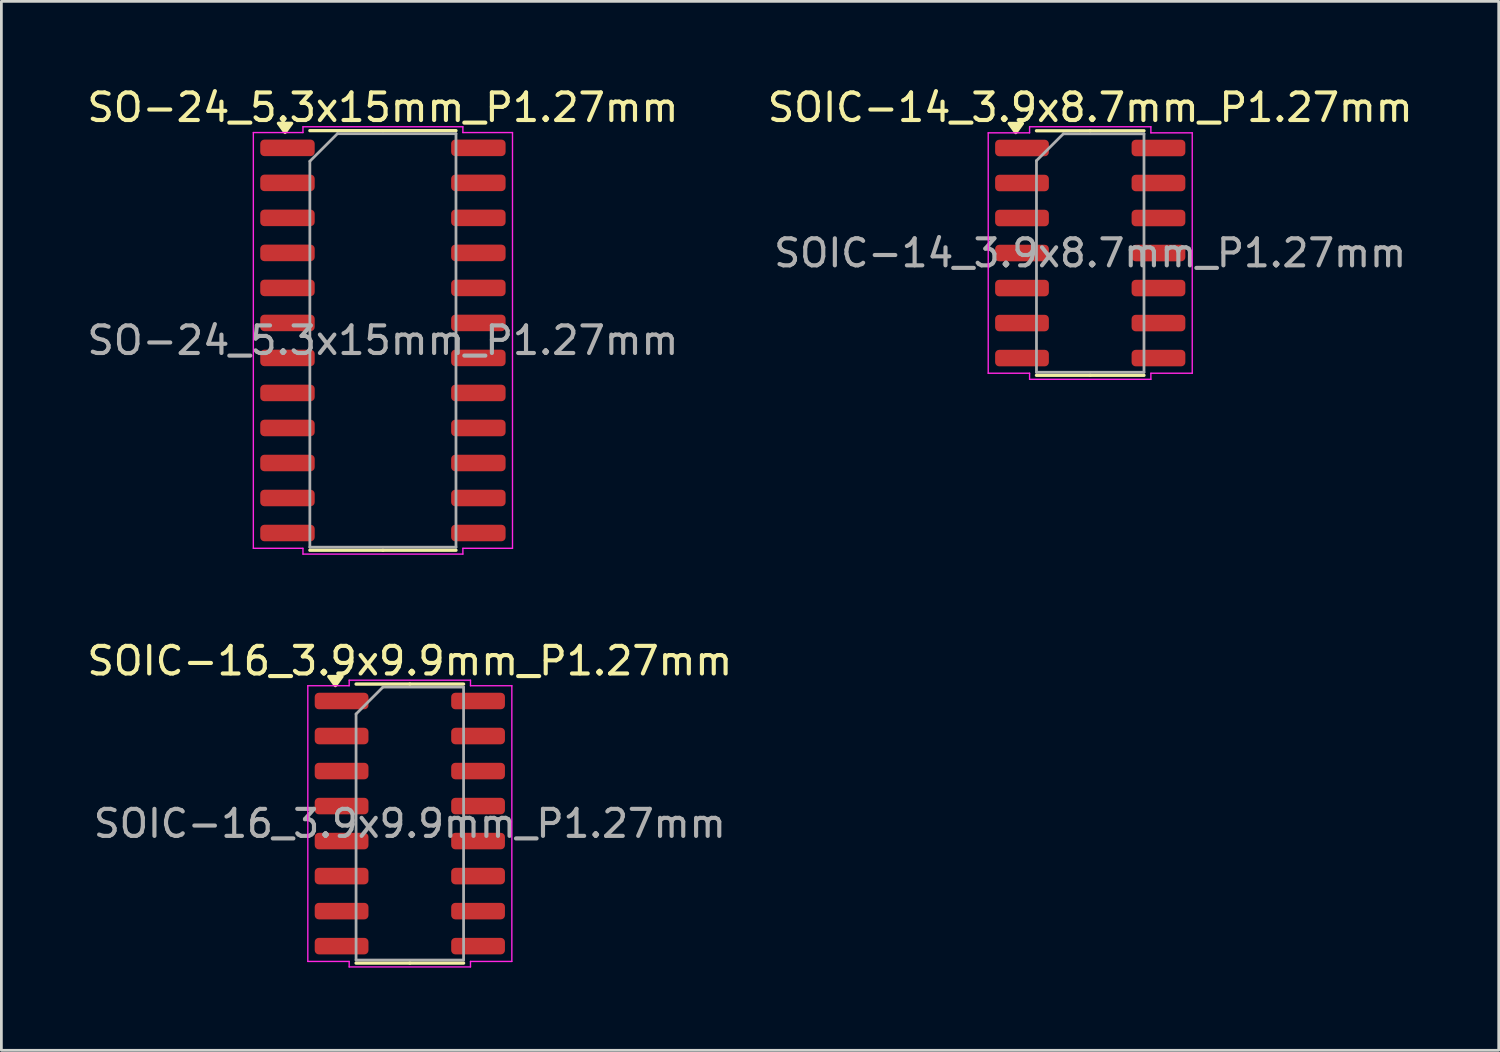
<source format=kicad_pcb>
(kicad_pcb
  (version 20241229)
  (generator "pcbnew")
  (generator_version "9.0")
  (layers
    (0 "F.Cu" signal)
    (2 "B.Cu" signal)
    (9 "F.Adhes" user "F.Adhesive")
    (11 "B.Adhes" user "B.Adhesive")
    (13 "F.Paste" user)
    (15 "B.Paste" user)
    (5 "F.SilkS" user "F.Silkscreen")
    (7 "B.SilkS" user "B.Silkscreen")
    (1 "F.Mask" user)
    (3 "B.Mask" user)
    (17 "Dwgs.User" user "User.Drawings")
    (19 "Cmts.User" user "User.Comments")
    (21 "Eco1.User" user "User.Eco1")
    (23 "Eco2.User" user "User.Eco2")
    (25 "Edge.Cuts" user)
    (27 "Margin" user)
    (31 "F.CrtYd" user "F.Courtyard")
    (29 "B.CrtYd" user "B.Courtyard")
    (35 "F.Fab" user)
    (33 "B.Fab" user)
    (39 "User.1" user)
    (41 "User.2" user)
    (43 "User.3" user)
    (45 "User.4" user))
  (footprint "SO-24_5.3x15mm_P1.27mm"
    (layer "F.Cu")
    (at 10.839 9.298)
    (property "Reference" "SO-24_5.3x15mm_P1.27mm" (at 0 -8.45 0) (layer "F.SilkS") (effects (font (size 1 1) (thickness 0.15))))
    (attr smd)
    (fp_line (start 0 -7.61) (end -2.65 -7.61) (stroke (width 0.12) (type solid)) (layer "F.SilkS"))
    (fp_line (start 0 -7.61) (end 2.65 -7.61) (stroke (width 0.12) (type solid)) (layer "F.SilkS"))
    (fp_line (start 0 7.61) (end -2.65 7.61) (stroke (width 0.12) (type solid)) (layer "F.SilkS"))
    (fp_line (start 0 7.61) (end 2.65 7.61) (stroke (width 0.12) (type solid)) (layer "F.SilkS"))
    (fp_poly (pts (xy -3.55 -7.545) (xy -3.79 -7.875) (xy -3.31 -7.875)) (stroke (width 0.12) (type solid)) (fill yes) (layer "F.SilkS"))
    (fp_line (start -4.7 -7.54) (end -2.9 -7.54) (stroke (width 0.05) (type solid)) (layer "F.CrtYd"))
    (fp_line (start -4.7 7.54) (end -4.7 -7.54) (stroke (width 0.05) (type solid)) (layer "F.CrtYd"))
    (fp_line (start -2.9 -7.75) (end 2.9 -7.75) (stroke (width 0.05) (type solid)) (layer "F.CrtYd"))
    (fp_line (start -2.9 -7.54) (end -2.9 -7.75) (stroke (width 0.05) (type solid)) (layer "F.CrtYd"))
    (fp_line (start -2.9 7.54) (end -4.7 7.54) (stroke (width 0.05) (type solid)) (layer "F.CrtYd"))
    (fp_line (start -2.9 7.75) (end -2.9 7.54) (stroke (width 0.05) (type solid)) (layer "F.CrtYd"))
    (fp_line (start 2.9 -7.75) (end 2.9 -7.54) (stroke (width 0.05) (type solid)) (layer "F.CrtYd"))
    (fp_line (start 2.9 -7.54) (end 4.7 -7.54) (stroke (width 0.05) (type solid)) (layer "F.CrtYd"))
    (fp_line (start 2.9 7.54) (end 2.9 7.75) (stroke (width 0.05) (type solid)) (layer "F.CrtYd"))
    (fp_line (start 2.9 7.75) (end -2.9 7.75) (stroke (width 0.05) (type solid)) (layer "F.CrtYd"))
    (fp_line (start 4.7 -7.54) (end 4.7 7.54) (stroke (width 0.05) (type solid)) (layer "F.CrtYd"))
    (fp_line (start 4.7 7.54) (end 2.9 7.54) (stroke (width 0.05) (type solid)) (layer "F.CrtYd"))
    (fp_line (start -2.65 -6.5) (end -1.65 -7.5) (stroke (width 0.1) (type solid)) (layer "F.Fab"))
    (fp_line (start -2.65 7.5) (end -2.65 -6.5) (stroke (width 0.1) (type solid)) (layer "F.Fab"))
    (fp_line (start -1.65 -7.5) (end 2.65 -7.5) (stroke (width 0.1) (type solid)) (layer "F.Fab"))
    (fp_line (start 2.65 -7.5) (end 2.65 7.5) (stroke (width 0.1) (type solid)) (layer "F.Fab"))
    (fp_line (start 2.65 7.5) (end -2.65 7.5) (stroke (width 0.1) (type solid)) (layer "F.Fab"))
    (fp_text user "${REFERENCE}" (at 0 0 0) (layer "F.Fab") (effects (font (size 1 1) (thickness 0.15))))
    (pad "1" smd roundrect (at -3.462 -6.985) (size 1.975 0.6) (layers "F.Cu" "F.Mask" "F.Paste") (roundrect_rratio 0.25))
    (pad "2" smd roundrect (at -3.462 -5.715) (size 1.975 0.6) (layers "F.Cu" "F.Mask" "F.Paste") (roundrect_rratio 0.25))
    (pad "3" smd roundrect (at -3.462 -4.445) (size 1.975 0.6) (layers "F.Cu" "F.Mask" "F.Paste") (roundrect_rratio 0.25))
    (pad "4" smd roundrect (at -3.462 -3.175) (size 1.975 0.6) (layers "F.Cu" "F.Mask" "F.Paste") (roundrect_rratio 0.25))
    (pad "5" smd roundrect (at -3.462 -1.905) (size 1.975 0.6) (layers "F.Cu" "F.Mask" "F.Paste") (roundrect_rratio 0.25))
    (pad "6" smd roundrect (at -3.462 -0.635) (size 1.975 0.6) (layers "F.Cu" "F.Mask" "F.Paste") (roundrect_rratio 0.25))
    (pad "7" smd roundrect (at -3.462 0.635) (size 1.975 0.6) (layers "F.Cu" "F.Mask" "F.Paste") (roundrect_rratio 0.25))
    (pad "8" smd roundrect (at -3.462 1.905) (size 1.975 0.6) (layers "F.Cu" "F.Mask" "F.Paste") (roundrect_rratio 0.25))
    (pad "9" smd roundrect (at -3.462 3.175) (size 1.975 0.6) (layers "F.Cu" "F.Mask" "F.Paste") (roundrect_rratio 0.25))
    (pad "10" smd roundrect (at -3.462 4.445) (size 1.975 0.6) (layers "F.Cu" "F.Mask" "F.Paste") (roundrect_rratio 0.25))
    (pad "11" smd roundrect (at -3.462 5.715) (size 1.975 0.6) (layers "F.Cu" "F.Mask" "F.Paste") (roundrect_rratio 0.25))
    (pad "12" smd roundrect (at -3.462 6.985) (size 1.975 0.6) (layers "F.Cu" "F.Mask" "F.Paste") (roundrect_rratio 0.25))
    (pad "13" smd roundrect (at 3.462 6.985) (size 1.975 0.6) (layers "F.Cu" "F.Mask" "F.Paste") (roundrect_rratio 0.25))
    (pad "14" smd roundrect (at 3.462 5.715) (size 1.975 0.6) (layers "F.Cu" "F.Mask" "F.Paste") (roundrect_rratio 0.25))
    (pad "15" smd roundrect (at 3.462 4.445) (size 1.975 0.6) (layers "F.Cu" "F.Mask" "F.Paste") (roundrect_rratio 0.25))
    (pad "16" smd roundrect (at 3.462 3.175) (size 1.975 0.6) (layers "F.Cu" "F.Mask" "F.Paste") (roundrect_rratio 0.25))
    (pad "17" smd roundrect (at 3.462 1.905) (size 1.975 0.6) (layers "F.Cu" "F.Mask" "F.Paste") (roundrect_rratio 0.25))
    (pad "18" smd roundrect (at 3.462 0.635) (size 1.975 0.6) (layers "F.Cu" "F.Mask" "F.Paste") (roundrect_rratio 0.25))
    (pad "19" smd roundrect (at 3.462 -0.635) (size 1.975 0.6) (layers "F.Cu" "F.Mask" "F.Paste") (roundrect_rratio 0.25))
    (pad "20" smd roundrect (at 3.462 -1.905) (size 1.975 0.6) (layers "F.Cu" "F.Mask" "F.Paste") (roundrect_rratio 0.25))
    (pad "21" smd roundrect (at 3.462 -3.175) (size 1.975 0.6) (layers "F.Cu" "F.Mask" "F.Paste") (roundrect_rratio 0.25))
    (pad "22" smd roundrect (at 3.462 -4.445) (size 1.975 0.6) (layers "F.Cu" "F.Mask" "F.Paste") (roundrect_rratio 0.25))
    (pad "23" smd roundrect (at 3.462 -5.715) (size 1.975 0.6) (layers "F.Cu" "F.Mask" "F.Paste") (roundrect_rratio 0.25))
    (pad "24" smd roundrect (at 3.462 -6.985) (size 1.975 0.6) (layers "F.Cu" "F.Mask" "F.Paste") (roundrect_rratio 0.25)))
  (footprint "SOIC-14_3.9x8.7mm_P1.27mm"
    (layer "F.Cu")
    (at 36.494 6.128)
    (property "Reference" "SOIC-14_3.9x8.7mm_P1.27mm" (at 0 -5.28 0) (layer "F.SilkS") (effects (font (size 1 1) (thickness 0.15))))
    (attr smd)
    (fp_line (start 0 -4.435) (end -1.95 -4.435) (stroke (width 0.12) (type solid)) (layer "F.SilkS"))
    (fp_line (start 0 -4.435) (end 1.95 -4.435) (stroke (width 0.12) (type solid)) (layer "F.SilkS"))
    (fp_line (start 0 4.435) (end -1.95 4.435) (stroke (width 0.12) (type solid)) (layer "F.SilkS"))
    (fp_line (start 0 4.435) (end 1.95 4.435) (stroke (width 0.12) (type solid)) (layer "F.SilkS"))
    (fp_poly (pts (xy -2.7 -4.37) (xy -2.94 -4.7) (xy -2.46 -4.7)) (stroke (width 0.12) (type solid)) (fill yes) (layer "F.SilkS"))
    (fp_line (start -3.7 -4.36) (end -2.2 -4.36) (stroke (width 0.05) (type solid)) (layer "F.CrtYd"))
    (fp_line (start -3.7 4.36) (end -3.7 -4.36) (stroke (width 0.05) (type solid)) (layer "F.CrtYd"))
    (fp_line (start -2.2 -4.58) (end 2.2 -4.58) (stroke (width 0.05) (type solid)) (layer "F.CrtYd"))
    (fp_line (start -2.2 -4.36) (end -2.2 -4.58) (stroke (width 0.05) (type solid)) (layer "F.CrtYd"))
    (fp_line (start -2.2 4.36) (end -3.7 4.36) (stroke (width 0.05) (type solid)) (layer "F.CrtYd"))
    (fp_line (start -2.2 4.58) (end -2.2 4.36) (stroke (width 0.05) (type solid)) (layer "F.CrtYd"))
    (fp_line (start 2.2 -4.58) (end 2.2 -4.36) (stroke (width 0.05) (type solid)) (layer "F.CrtYd"))
    (fp_line (start 2.2 -4.36) (end 3.7 -4.36) (stroke (width 0.05) (type solid)) (layer "F.CrtYd"))
    (fp_line (start 2.2 4.36) (end 2.2 4.58) (stroke (width 0.05) (type solid)) (layer "F.CrtYd"))
    (fp_line (start 2.2 4.58) (end -2.2 4.58) (stroke (width 0.05) (type solid)) (layer "F.CrtYd"))
    (fp_line (start 3.7 -4.36) (end 3.7 4.36) (stroke (width 0.05) (type solid)) (layer "F.CrtYd"))
    (fp_line (start 3.7 4.36) (end 2.2 4.36) (stroke (width 0.05) (type solid)) (layer "F.CrtYd"))
    (fp_line (start -1.95 -3.35) (end -0.975 -4.325) (stroke (width 0.1) (type solid)) (layer "F.Fab"))
    (fp_line (start -1.95 4.325) (end -1.95 -3.35) (stroke (width 0.1) (type solid)) (layer "F.Fab"))
    (fp_line (start -0.975 -4.325) (end 1.95 -4.325) (stroke (width 0.1) (type solid)) (layer "F.Fab"))
    (fp_line (start 1.95 -4.325) (end 1.95 4.325) (stroke (width 0.1) (type solid)) (layer "F.Fab"))
    (fp_line (start 1.95 4.325) (end -1.95 4.325) (stroke (width 0.1) (type solid)) (layer "F.Fab"))
    (fp_text user "${REFERENCE}" (at 0 0 0) (layer "F.Fab") (effects (font (size 0.98 0.98) (thickness 0.15))))
    (pad "1" smd roundrect (at -2.475 -3.81) (size 1.95 0.6) (layers "F.Cu" "F.Mask" "F.Paste") (roundrect_rratio 0.25))
    (pad "2" smd roundrect (at -2.475 -2.54) (size 1.95 0.6) (layers "F.Cu" "F.Mask" "F.Paste") (roundrect_rratio 0.25))
    (pad "3" smd roundrect (at -2.475 -1.27) (size 1.95 0.6) (layers "F.Cu" "F.Mask" "F.Paste") (roundrect_rratio 0.25))
    (pad "4" smd roundrect (at -2.475 0) (size 1.95 0.6) (layers "F.Cu" "F.Mask" "F.Paste") (roundrect_rratio 0.25))
    (pad "5" smd roundrect (at -2.475 1.27) (size 1.95 0.6) (layers "F.Cu" "F.Mask" "F.Paste") (roundrect_rratio 0.25))
    (pad "6" smd roundrect (at -2.475 2.54) (size 1.95 0.6) (layers "F.Cu" "F.Mask" "F.Paste") (roundrect_rratio 0.25))
    (pad "7" smd roundrect (at -2.475 3.81) (size 1.95 0.6) (layers "F.Cu" "F.Mask" "F.Paste") (roundrect_rratio 0.25))
    (pad "8" smd roundrect (at 2.475 3.81) (size 1.95 0.6) (layers "F.Cu" "F.Mask" "F.Paste") (roundrect_rratio 0.25))
    (pad "9" smd roundrect (at 2.475 2.54) (size 1.95 0.6) (layers "F.Cu" "F.Mask" "F.Paste") (roundrect_rratio 0.25))
    (pad "10" smd roundrect (at 2.475 1.27) (size 1.95 0.6) (layers "F.Cu" "F.Mask" "F.Paste") (roundrect_rratio 0.25))
    (pad "11" smd roundrect (at 2.475 0) (size 1.95 0.6) (layers "F.Cu" "F.Mask" "F.Paste") (roundrect_rratio 0.25))
    (pad "12" smd roundrect (at 2.475 -1.27) (size 1.95 0.6) (layers "F.Cu" "F.Mask" "F.Paste") (roundrect_rratio 0.25))
    (pad "13" smd roundrect (at 2.475 -2.54) (size 1.95 0.6) (layers "F.Cu" "F.Mask" "F.Paste") (roundrect_rratio 0.25))
    (pad "14" smd roundrect (at 2.475 -3.81) (size 1.95 0.6) (layers "F.Cu" "F.Mask" "F.Paste") (roundrect_rratio 0.25)))
  (footprint "SOIC-16_3.9x9.9mm_P1.27mm"
    (layer "F.Cu")
    (at 11.815 26.822)
    (property "Reference" "SOIC-16_3.9x9.9mm_P1.27mm" (at 0 -5.9 0) (layer "F.SilkS") (effects (font (size 1 1) (thickness 0.15))))
    (attr smd)
    (fp_line (start 0 -5.06) (end -1.95 -5.06) (stroke (width 0.12) (type solid)) (layer "F.SilkS"))
    (fp_line (start 0 -5.06) (end 1.95 -5.06) (stroke (width 0.12) (type solid)) (layer "F.SilkS"))
    (fp_line (start 0 5.06) (end -1.95 5.06) (stroke (width 0.12) (type solid)) (layer "F.SilkS"))
    (fp_line (start 0 5.06) (end 1.95 5.06) (stroke (width 0.12) (type solid)) (layer "F.SilkS"))
    (fp_poly (pts (xy -2.7 -5.005) (xy -2.94 -5.335) (xy -2.46 -5.335)) (stroke (width 0.12) (type solid)) (fill yes) (layer "F.SilkS"))
    (fp_line (start -3.7 -5) (end -2.2 -5) (stroke (width 0.05) (type solid)) (layer "F.CrtYd"))
    (fp_line (start -3.7 5) (end -3.7 -5) (stroke (width 0.05) (type solid)) (layer "F.CrtYd"))
    (fp_line (start -2.2 -5.2) (end 2.2 -5.2) (stroke (width 0.05) (type solid)) (layer "F.CrtYd"))
    (fp_line (start -2.2 -5) (end -2.2 -5.2) (stroke (width 0.05) (type solid)) (layer "F.CrtYd"))
    (fp_line (start -2.2 5) (end -3.7 5) (stroke (width 0.05) (type solid)) (layer "F.CrtYd"))
    (fp_line (start -2.2 5.2) (end -2.2 5) (stroke (width 0.05) (type solid)) (layer "F.CrtYd"))
    (fp_line (start 2.2 -5.2) (end 2.2 -5) (stroke (width 0.05) (type solid)) (layer "F.CrtYd"))
    (fp_line (start 2.2 -5) (end 3.7 -5) (stroke (width 0.05) (type solid)) (layer "F.CrtYd"))
    (fp_line (start 2.2 5) (end 2.2 5.2) (stroke (width 0.05) (type solid)) (layer "F.CrtYd"))
    (fp_line (start 2.2 5.2) (end -2.2 5.2) (stroke (width 0.05) (type solid)) (layer "F.CrtYd"))
    (fp_line (start 3.7 -5) (end 3.7 5) (stroke (width 0.05) (type solid)) (layer "F.CrtYd"))
    (fp_line (start 3.7 5) (end 2.2 5) (stroke (width 0.05) (type solid)) (layer "F.CrtYd"))
    (fp_line (start -1.95 -3.975) (end -0.975 -4.95) (stroke (width 0.1) (type solid)) (layer "F.Fab"))
    (fp_line (start -1.95 4.95) (end -1.95 -3.975) (stroke (width 0.1) (type solid)) (layer "F.Fab"))
    (fp_line (start -0.975 -4.95) (end 1.95 -4.95) (stroke (width 0.1) (type solid)) (layer "F.Fab"))
    (fp_line (start 1.95 -4.95) (end 1.95 4.95) (stroke (width 0.1) (type solid)) (layer "F.Fab"))
    (fp_line (start 1.95 4.95) (end -1.95 4.95) (stroke (width 0.1) (type solid)) (layer "F.Fab"))
    (fp_text user "${REFERENCE}" (at 0 0 0) (layer "F.Fab") (effects (font (size 0.98 0.98) (thickness 0.15))))
    (pad "1" smd roundrect (at -2.475 -4.445) (size 1.95 0.6) (layers "F.Cu" "F.Mask" "F.Paste") (roundrect_rratio 0.25))
    (pad "2" smd roundrect (at -2.475 -3.175) (size 1.95 0.6) (layers "F.Cu" "F.Mask" "F.Paste") (roundrect_rratio 0.25))
    (pad "3" smd roundrect (at -2.475 -1.905) (size 1.95 0.6) (layers "F.Cu" "F.Mask" "F.Paste") (roundrect_rratio 0.25))
    (pad "4" smd roundrect (at -2.475 -0.635) (size 1.95 0.6) (layers "F.Cu" "F.Mask" "F.Paste") (roundrect_rratio 0.25))
    (pad "5" smd roundrect (at -2.475 0.635) (size 1.95 0.6) (layers "F.Cu" "F.Mask" "F.Paste") (roundrect_rratio 0.25))
    (pad "6" smd roundrect (at -2.475 1.905) (size 1.95 0.6) (layers "F.Cu" "F.Mask" "F.Paste") (roundrect_rratio 0.25))
    (pad "7" smd roundrect (at -2.475 3.175) (size 1.95 0.6) (layers "F.Cu" "F.Mask" "F.Paste") (roundrect_rratio 0.25))
    (pad "8" smd roundrect (at -2.475 4.445) (size 1.95 0.6) (layers "F.Cu" "F.Mask" "F.Paste") (roundrect_rratio 0.25))
    (pad "9" smd roundrect (at 2.475 4.445) (size 1.95 0.6) (layers "F.Cu" "F.Mask" "F.Paste") (roundrect_rratio 0.25))
    (pad "10" smd roundrect (at 2.475 3.175) (size 1.95 0.6) (layers "F.Cu" "F.Mask" "F.Paste") (roundrect_rratio 0.25))
    (pad "11" smd roundrect (at 2.475 1.905) (size 1.95 0.6) (layers "F.Cu" "F.Mask" "F.Paste") (roundrect_rratio 0.25))
    (pad "12" smd roundrect (at 2.475 0.635) (size 1.95 0.6) (layers "F.Cu" "F.Mask" "F.Paste") (roundrect_rratio 0.25))
    (pad "13" smd roundrect (at 2.475 -0.635) (size 1.95 0.6) (layers "F.Cu" "F.Mask" "F.Paste") (roundrect_rratio 0.25))
    (pad "14" smd roundrect (at 2.475 -1.905) (size 1.95 0.6) (layers "F.Cu" "F.Mask" "F.Paste") (roundrect_rratio 0.25))
    (pad "15" smd roundrect (at 2.475 -3.175) (size 1.95 0.6) (layers "F.Cu" "F.Mask" "F.Paste") (roundrect_rratio 0.25))
    (pad "16" smd roundrect (at 2.475 -4.445) (size 1.95 0.6) (layers "F.Cu" "F.Mask" "F.Paste") (roundrect_rratio 0.25)))
  (gr_rect
    (start -3 -3)
    (end 51.31 35.047)
    (stroke (width 0.1) (type default))
    (fill no)
    (layer "Edge.Cuts")))
</source>
